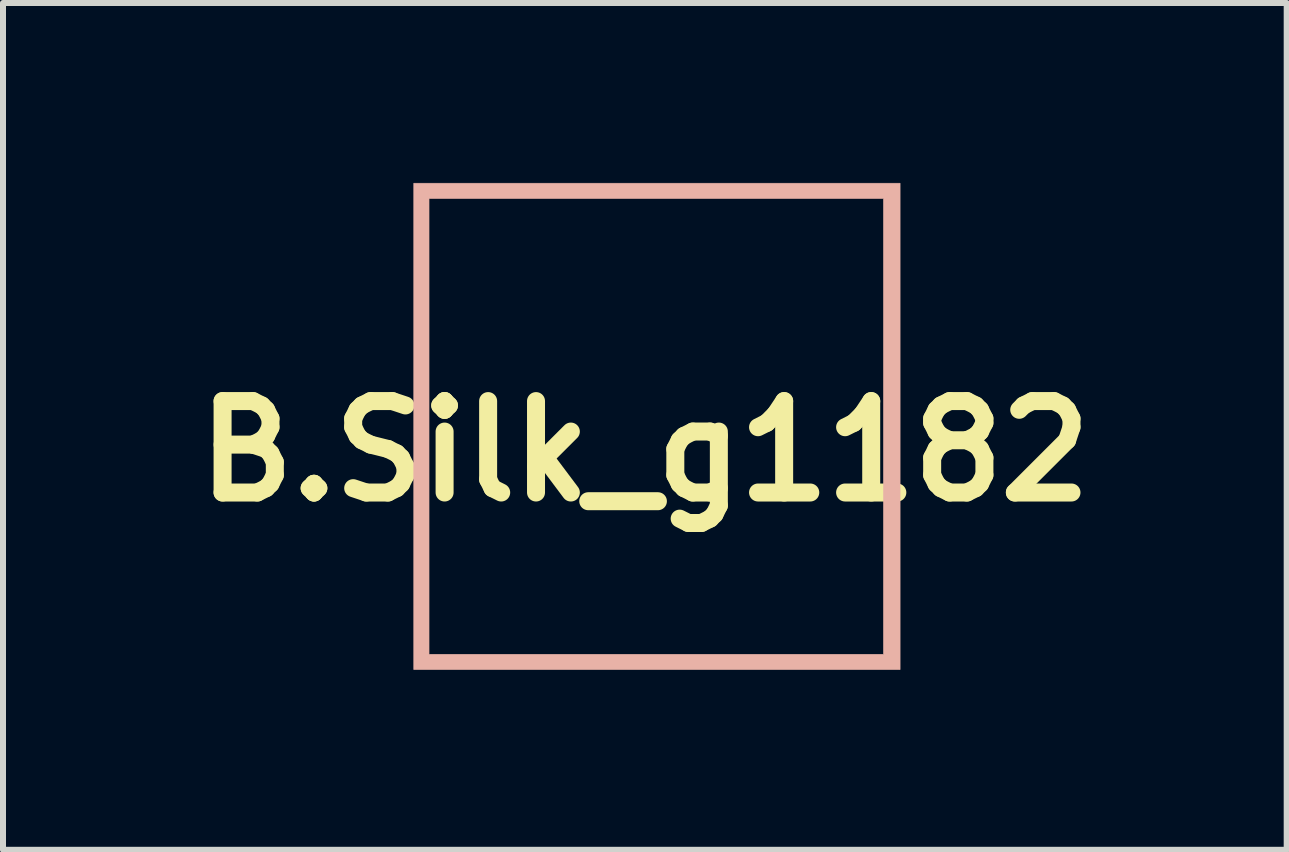
<source format=kicad_pcb>
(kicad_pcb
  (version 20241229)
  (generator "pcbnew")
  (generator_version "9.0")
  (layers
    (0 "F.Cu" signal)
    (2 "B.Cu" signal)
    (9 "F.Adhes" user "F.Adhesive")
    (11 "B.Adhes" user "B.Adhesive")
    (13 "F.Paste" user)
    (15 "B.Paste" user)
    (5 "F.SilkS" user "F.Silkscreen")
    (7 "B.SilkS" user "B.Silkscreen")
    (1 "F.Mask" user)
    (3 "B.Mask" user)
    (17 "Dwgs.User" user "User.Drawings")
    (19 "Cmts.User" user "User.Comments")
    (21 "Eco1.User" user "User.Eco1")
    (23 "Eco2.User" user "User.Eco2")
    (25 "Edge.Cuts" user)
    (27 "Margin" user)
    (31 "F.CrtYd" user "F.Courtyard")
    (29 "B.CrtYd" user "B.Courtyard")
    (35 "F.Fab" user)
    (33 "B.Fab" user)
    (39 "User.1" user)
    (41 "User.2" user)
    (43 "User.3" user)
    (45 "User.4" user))
  (footprint "B.Silk_g1182"
    (layer "F.Cu")
    (at 7.7 4.471)
    (property "Reference" "B.Silk_g1182" (at 0 0 0) (layer "F.SilkS") (effects (font (size 1.524 1.524) (thickness 0.3))))
    (attr through_hole)
    (fp_poly (pts (xy 4.255 3.641) (xy -3.852 3.641) (xy -3.852 -4.212) (xy -3.598 -4.212) (xy -3.598 3.387) (xy 3.979 3.387) (xy 3.979 -4.212) (xy -3.598 -4.212) (xy -3.852 -4.212) (xy -3.852 -4.466) (xy 4.255 -4.466) (xy 4.255 3.641)) (stroke (width 0.01) (type solid)) (fill yes) (layer "B.SilkS")))
  (gr_rect
    (start -3 -3)
    (end 18.4 11.117)
    (stroke (width 0.1) (type default))
    (fill no)
    (layer "Edge.Cuts")))
</source>
